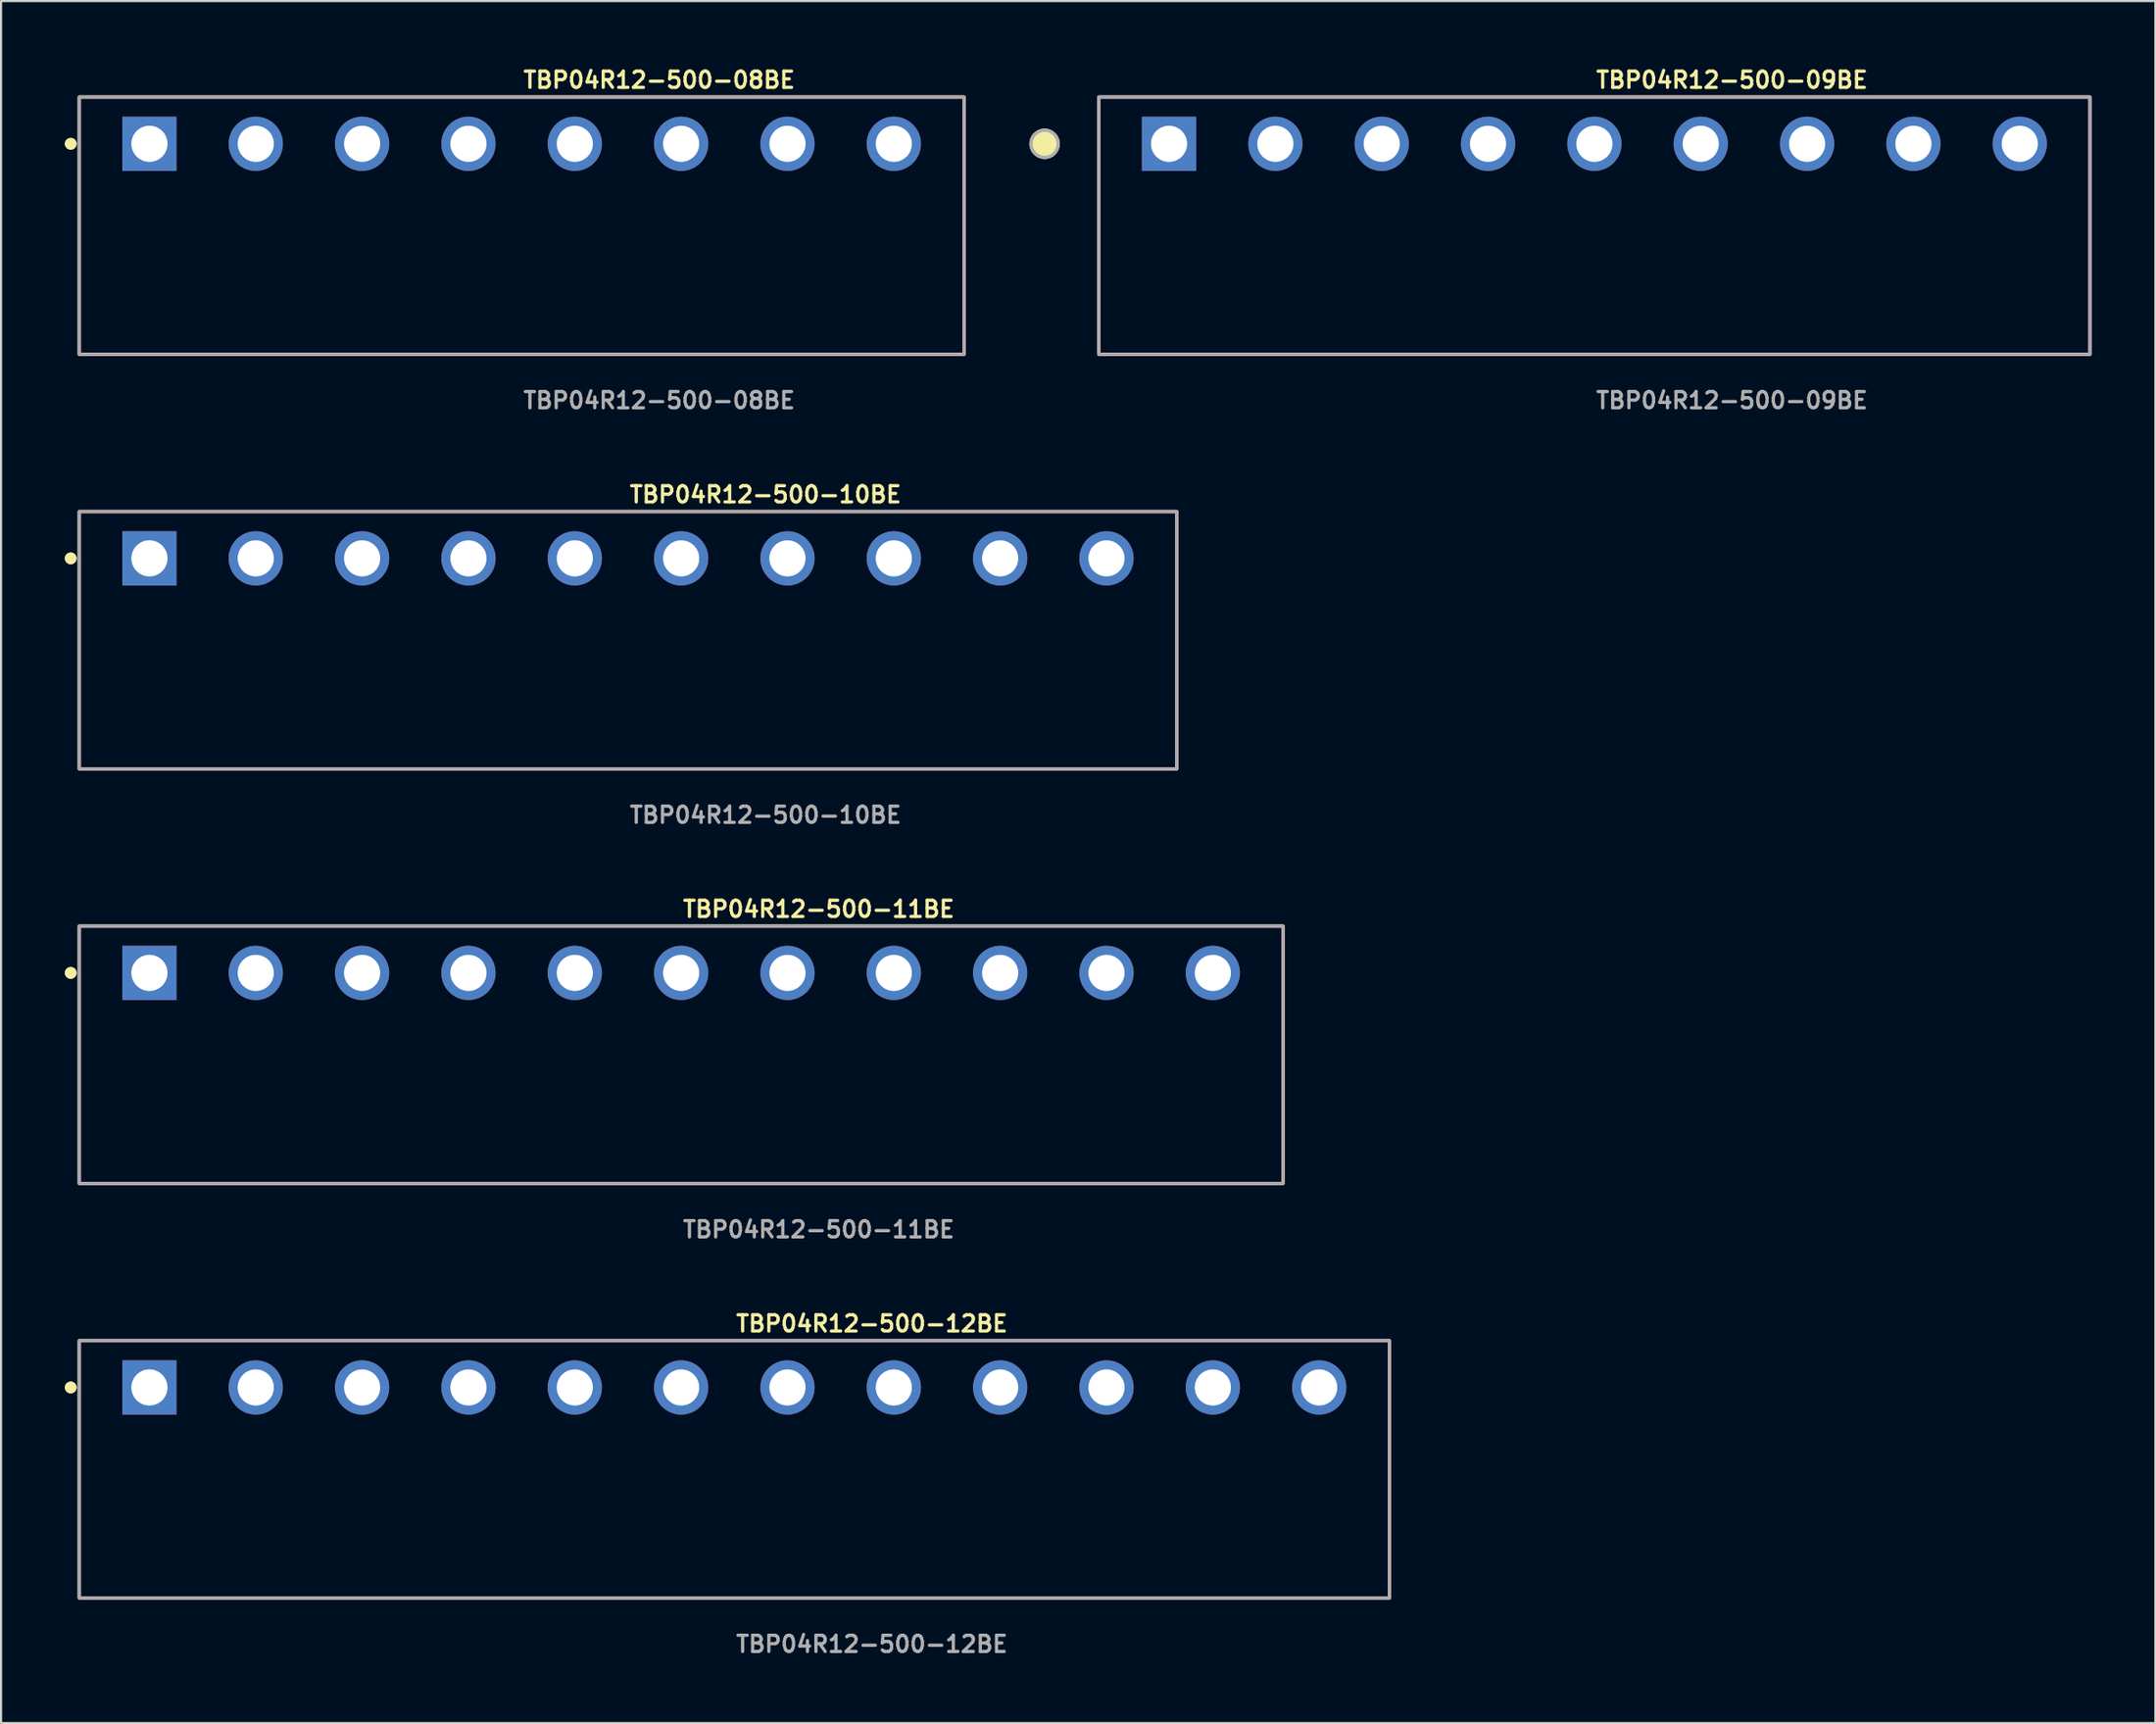
<source format=kicad_pcb>
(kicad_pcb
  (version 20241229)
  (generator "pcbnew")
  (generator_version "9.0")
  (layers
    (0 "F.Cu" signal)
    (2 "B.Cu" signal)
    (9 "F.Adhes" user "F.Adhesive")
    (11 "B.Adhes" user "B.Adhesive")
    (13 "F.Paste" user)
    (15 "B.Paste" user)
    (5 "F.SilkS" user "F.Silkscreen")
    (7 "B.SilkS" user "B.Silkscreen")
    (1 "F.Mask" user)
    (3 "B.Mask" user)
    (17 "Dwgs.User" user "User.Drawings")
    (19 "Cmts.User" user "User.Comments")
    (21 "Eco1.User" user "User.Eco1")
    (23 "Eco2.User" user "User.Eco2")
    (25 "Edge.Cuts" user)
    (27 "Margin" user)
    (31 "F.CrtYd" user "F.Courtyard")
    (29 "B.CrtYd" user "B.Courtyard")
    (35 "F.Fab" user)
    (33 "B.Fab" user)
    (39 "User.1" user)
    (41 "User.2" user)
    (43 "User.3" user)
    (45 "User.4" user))
  (footprint "TBP04R12-500-08BE"
    (layer "F.Cu")
    (at 21.476 3.713)
    (property "Reference" "TBP04R12-500-08BE" (at 0 -3 0) (unlocked yes) (layer "F.SilkS") (effects (font (size 0.762 0.762) (thickness 0.152)) (justify left)))
    (fp_rect (start -20.8 9.9) (end 20.8 -2.2) (stroke (width 0.152) (type solid)) (fill no) (layer "F.SilkS"))
    (fp_circle (center -21.2 0) (end -21.4 0) (stroke (width 0.152) (type solid)) (fill yes) (layer "F.SilkS"))
    (fp_circle (center -21.2 0) (end -21.4 0) (stroke (width 0.152) (type solid)) (fill yes) (layer "F.SilkS"))
    (fp_rect (start -20.8 9.9) (end 20.8 -2.2) (stroke (width 0.006) (type solid)) (fill no) (layer "F.CrtYd"))
    (fp_rect (start -20.8 9.9) (end 20.8 -2.2) (stroke (width 0.152) (type solid)) (fill no) (layer "F.Fab"))
    (fp_text user "${REFERENCE}" (at 0 12.07 0) (unlocked yes) (layer "F.Fab") (effects (font (size 0.762 0.762) (thickness 0.152)) (justify left)))
    (pad "1" thru_hole rect (at -17.5 0) (size 2.55 2.55) (drill 1.7) (layers "*.Cu" "*.Mask"))
    (pad "2" thru_hole circle (at -12.5 0) (size 2.55 2.55) (drill 1.7) (layers "*.Cu" "*.Mask"))
    (pad "3" thru_hole circle (at -7.5 0) (size 2.55 2.55) (drill 1.7) (layers "*.Cu" "*.Mask"))
    (pad "4" thru_hole circle (at -2.5 0) (size 2.55 2.55) (drill 1.7) (layers "*.Cu" "*.Mask"))
    (pad "5" thru_hole circle (at 2.5 0) (size 2.55 2.55) (drill 1.7) (layers "*.Cu" "*.Mask"))
    (pad "6" thru_hole circle (at 7.5 0) (size 2.55 2.55) (drill 1.7) (layers "*.Cu" "*.Mask"))
    (pad "7" thru_hole circle (at 12.5 0) (size 2.55 2.55) (drill 1.7) (layers "*.Cu" "*.Mask"))
    (pad "8" thru_hole circle (at 17.5 0) (size 2.55 2.55) (drill 1.7) (layers "*.Cu" "*.Mask")))
  (footprint "TBP04R12-500-11BE"
    (layer "F.Cu")
    (at 28.976 42.706)
    (property "Reference" "TBP04R12-500-11BE" (at 0 -3 0) (unlocked yes) (layer "F.SilkS") (effects (font (size 0.762 0.762) (thickness 0.152)) (justify left)))
    (fp_rect (start -28.3 9.9) (end 28.3 -2.2) (stroke (width 0.152) (type solid)) (fill no) (layer "F.SilkS"))
    (fp_circle (center -28.7 0) (end -28.9 0) (stroke (width 0.152) (type solid)) (fill yes) (layer "F.SilkS"))
    (fp_circle (center -28.7 0) (end -28.9 0) (stroke (width 0.152) (type solid)) (fill yes) (layer "F.SilkS"))
    (fp_rect (start -28.3 9.9) (end 28.3 -2.2) (stroke (width 0.006) (type solid)) (fill no) (layer "F.CrtYd"))
    (fp_rect (start -28.3 9.9) (end 28.3 -2.2) (stroke (width 0.152) (type solid)) (fill no) (layer "F.Fab"))
    (fp_text user "${REFERENCE}" (at 0 12.07 0) (unlocked yes) (layer "F.Fab") (effects (font (size 0.762 0.762) (thickness 0.152)) (justify left)))
    (pad "1" thru_hole rect (at -25 0) (size 2.55 2.55) (drill 1.7) (layers "*.Cu" "*.Mask"))
    (pad "2" thru_hole circle (at -20 0) (size 2.55 2.55) (drill 1.7) (layers "*.Cu" "*.Mask"))
    (pad "3" thru_hole circle (at -15 0) (size 2.55 2.55) (drill 1.7) (layers "*.Cu" "*.Mask"))
    (pad "4" thru_hole circle (at -10 0) (size 2.55 2.55) (drill 1.7) (layers "*.Cu" "*.Mask"))
    (pad "5" thru_hole circle (at -5 0) (size 2.55 2.55) (drill 1.7) (layers "*.Cu" "*.Mask"))
    (pad "6" thru_hole circle (at 0 0) (size 2.55 2.55) (drill 1.7) (layers "*.Cu" "*.Mask"))
    (pad "7" thru_hole circle (at 5 0) (size 2.55 2.55) (drill 1.7) (layers "*.Cu" "*.Mask"))
    (pad "8" thru_hole circle (at 10 0) (size 2.55 2.55) (drill 1.7) (layers "*.Cu" "*.Mask"))
    (pad "9" thru_hole circle (at 15 0) (size 2.55 2.55) (drill 1.7) (layers "*.Cu" "*.Mask"))
    (pad "10" thru_hole circle (at 20 0) (size 2.55 2.55) (drill 1.7) (layers "*.Cu" "*.Mask"))
    (pad "11" thru_hole circle (at 25 0) (size 2.55 2.55) (drill 1.7) (layers "*.Cu" "*.Mask")))
  (footprint "TBP04R12-500-09BE"
    (layer "F.Cu")
    (at 71.916 3.713)
    (property "Reference" "TBP04R12-500-09BE" (at 0 -3 0) (unlocked yes) (layer "F.SilkS") (effects (font (size 0.762 0.762) (thickness 0.152)) (justify left)))
    (fp_rect (start -23.3 9.9) (end 23.3 -2.2) (stroke (width 0.152) (type solid)) (fill no) (layer "F.SilkS"))
    (fp_circle (center -25.85 0) (end -26.488 0) (stroke (width 0.152) (type solid)) (fill yes) (layer "F.SilkS"))
    (fp_rect (start -23.3 9.9) (end 23.3 -2.2) (stroke (width 0.006) (type solid)) (fill no) (layer "F.CrtYd"))
    (fp_rect (start -23.3 9.9) (end 23.3 -2.2) (stroke (width 0.152) (type solid)) (fill no) (layer "F.Fab"))
    (fp_circle (center -25.85 0) (end -26.488 0) (stroke (width 0.152) (type solid)) (fill no) (layer "F.Fab"))
    (fp_text user "${REFERENCE}" (at 0 12.07 0) (unlocked yes) (layer "F.Fab") (effects (font (size 0.762 0.762) (thickness 0.152)) (justify left)))
    (pad "1" thru_hole rect (at -20 0) (size 2.55 2.55) (drill 1.7) (layers "*.Cu" "*.Mask"))
    (pad "2" thru_hole circle (at -15 0) (size 2.55 2.55) (drill 1.7) (layers "*.Cu" "*.Mask"))
    (pad "3" thru_hole circle (at -10 0) (size 2.55 2.55) (drill 1.7) (layers "*.Cu" "*.Mask"))
    (pad "4" thru_hole circle (at -5 0) (size 2.55 2.55) (drill 1.7) (layers "*.Cu" "*.Mask"))
    (pad "5" thru_hole circle (at 0 0) (size 2.55 2.55) (drill 1.7) (layers "*.Cu" "*.Mask"))
    (pad "6" thru_hole circle (at 5 0) (size 2.55 2.55) (drill 1.7) (layers "*.Cu" "*.Mask"))
    (pad "7" thru_hole circle (at 10 0) (size 2.55 2.55) (drill 1.7) (layers "*.Cu" "*.Mask"))
    (pad "8" thru_hole circle (at 15 0) (size 2.55 2.55) (drill 1.7) (layers "*.Cu" "*.Mask"))
    (pad "9" thru_hole circle (at 20 0) (size 2.55 2.55) (drill 1.7) (layers "*.Cu" "*.Mask")))
  (footprint "TBP04R12-500-12BE"
    (layer "F.Cu")
    (at 31.476 62.203)
    (property "Reference" "TBP04R12-500-12BE" (at 0 -3 0) (unlocked yes) (layer "F.SilkS") (effects (font (size 0.762 0.762) (thickness 0.152)) (justify left)))
    (fp_rect (start -30.8 9.9) (end 30.8 -2.2) (stroke (width 0.152) (type solid)) (fill no) (layer "F.SilkS"))
    (fp_circle (center -31.2 0) (end -31.4 0) (stroke (width 0.152) (type solid)) (fill yes) (layer "F.SilkS"))
    (fp_circle (center -31.2 0) (end -31.4 0) (stroke (width 0.152) (type solid)) (fill yes) (layer "F.SilkS"))
    (fp_rect (start -30.8 9.9) (end 30.8 -2.2) (stroke (width 0.006) (type solid)) (fill no) (layer "F.CrtYd"))
    (fp_rect (start -30.8 9.9) (end 30.8 -2.2) (stroke (width 0.152) (type solid)) (fill no) (layer "F.Fab"))
    (fp_text user "${REFERENCE}" (at 0 12.07 0) (unlocked yes) (layer "F.Fab") (effects (font (size 0.762 0.762) (thickness 0.152)) (justify left)))
    (pad "1" thru_hole rect (at -27.5 0) (size 2.55 2.55) (drill 1.7) (layers "*.Cu" "*.Mask"))
    (pad "2" thru_hole circle (at -22.5 0) (size 2.55 2.55) (drill 1.7) (layers "*.Cu" "*.Mask"))
    (pad "3" thru_hole circle (at -17.5 0) (size 2.55 2.55) (drill 1.7) (layers "*.Cu" "*.Mask"))
    (pad "4" thru_hole circle (at -12.5 0) (size 2.55 2.55) (drill 1.7) (layers "*.Cu" "*.Mask"))
    (pad "5" thru_hole circle (at -7.5 0) (size 2.55 2.55) (drill 1.7) (layers "*.Cu" "*.Mask"))
    (pad "6" thru_hole circle (at -2.5 0) (size 2.55 2.55) (drill 1.7) (layers "*.Cu" "*.Mask"))
    (pad "7" thru_hole circle (at 2.5 0) (size 2.55 2.55) (drill 1.7) (layers "*.Cu" "*.Mask"))
    (pad "8" thru_hole circle (at 7.5 0) (size 2.55 2.55) (drill 1.7) (layers "*.Cu" "*.Mask"))
    (pad "9" thru_hole circle (at 12.5 0) (size 2.55 2.55) (drill 1.7) (layers "*.Cu" "*.Mask"))
    (pad "10" thru_hole circle (at 17.5 0) (size 2.55 2.55) (drill 1.7) (layers "*.Cu" "*.Mask"))
    (pad "11" thru_hole circle (at 22.5 0) (size 2.55 2.55) (drill 1.7) (layers "*.Cu" "*.Mask"))
    (pad "12" thru_hole circle (at 27.5 0) (size 2.55 2.55) (drill 1.7) (layers "*.Cu" "*.Mask")))
  (footprint "TBP04R12-500-10BE"
    (layer "F.Cu")
    (at 26.476 23.21)
    (property "Reference" "TBP04R12-500-10BE" (at 0 -3 0) (unlocked yes) (layer "F.SilkS") (effects (font (size 0.762 0.762) (thickness 0.152)) (justify left)))
    (fp_rect (start -25.8 9.9) (end 25.8 -2.2) (stroke (width 0.152) (type solid)) (fill no) (layer "F.SilkS"))
    (fp_circle (center -26.2 0) (end -26.4 0) (stroke (width 0.152) (type solid)) (fill yes) (layer "F.SilkS"))
    (fp_circle (center -26.2 0) (end -26.4 0) (stroke (width 0.152) (type solid)) (fill yes) (layer "F.SilkS"))
    (fp_rect (start -25.8 9.9) (end 25.8 -2.2) (stroke (width 0.006) (type solid)) (fill no) (layer "F.CrtYd"))
    (fp_rect (start -25.8 9.9) (end 25.8 -2.2) (stroke (width 0.152) (type solid)) (fill no) (layer "F.Fab"))
    (fp_text user "${REFERENCE}" (at 0 12.07 0) (unlocked yes) (layer "F.Fab") (effects (font (size 0.762 0.762) (thickness 0.152)) (justify left)))
    (pad "1" thru_hole rect (at -22.5 0) (size 2.55 2.55) (drill 1.7) (layers "*.Cu" "*.Mask"))
    (pad "2" thru_hole circle (at -17.5 0) (size 2.55 2.55) (drill 1.7) (layers "*.Cu" "*.Mask"))
    (pad "3" thru_hole circle (at -12.5 0) (size 2.55 2.55) (drill 1.7) (layers "*.Cu" "*.Mask"))
    (pad "4" thru_hole circle (at -7.5 0) (size 2.55 2.55) (drill 1.7) (layers "*.Cu" "*.Mask"))
    (pad "5" thru_hole circle (at -2.5 0) (size 2.55 2.55) (drill 1.7) (layers "*.Cu" "*.Mask"))
    (pad "6" thru_hole circle (at 2.5 0) (size 2.55 2.55) (drill 1.7) (layers "*.Cu" "*.Mask"))
    (pad "7" thru_hole circle (at 7.5 0) (size 2.55 2.55) (drill 1.7) (layers "*.Cu" "*.Mask"))
    (pad "8" thru_hole circle (at 12.5 0) (size 2.55 2.55) (drill 1.7) (layers "*.Cu" "*.Mask"))
    (pad "9" thru_hole circle (at 17.5 0) (size 2.55 2.55) (drill 1.7) (layers "*.Cu" "*.Mask"))
    (pad "10" thru_hole circle (at 22.5 0) (size 2.55 2.55) (drill 1.7) (layers "*.Cu" "*.Mask")))
  (gr_rect
    (start -3 -3)
    (end 98.292 77.986)
    (stroke (width 0.1) (type default))
    (fill no)
    (layer "Edge.Cuts")))
</source>
